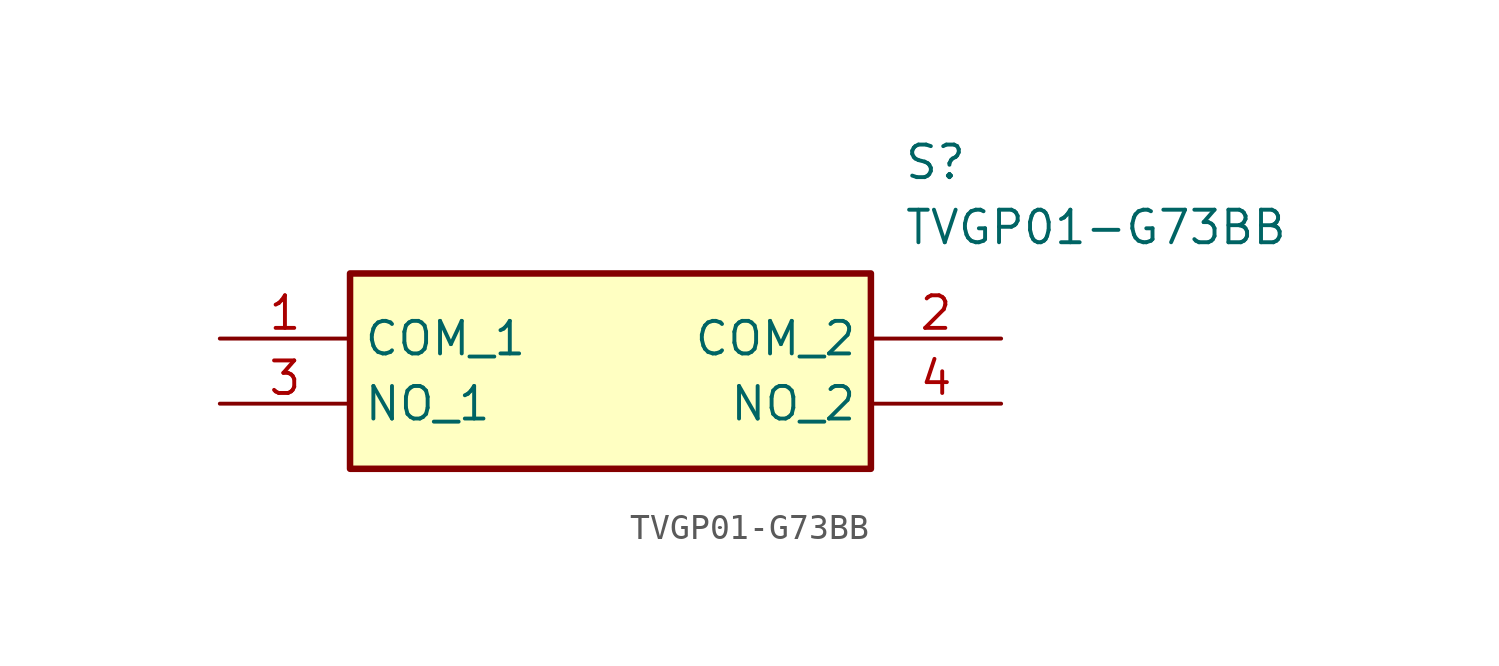
<source format=kicad_sym>
(kicad_symbol_lib
  (version 20211014)
  (generator SamacSys_ECAD_Model)
  (symbol "TVGP01-G73BB"
    (property "Reference" "S"
      (at 26.67 7.62 0)
      (effects (font (size 1.27 1.27)) (justify left top)))
    (property "Value" "TVGP01-G73BB"
      (at 26.67 5.08 0)
      (effects (font (size 1.27 1.27)) (justify left top)))
    (rectangle
      (start 5.08 2.54)
      (end 25.4 -5.08)
      (stroke (width 0.254) (type default))
      (fill (type background)))
    (pin passive line
      (at 0 0 0)
      (length 5.08)
      (name "COM_1" (effects (font (size 1.27 1.27))))
      (number "1" (effects (font (size 1.27 1.27)))))
    (pin passive line
      (at 30.48 0 180)
      (length 5.08)
      (name "COM_2" (effects (font (size 1.27 1.27))))
      (number "2" (effects (font (size 1.27 1.27)))))
    (pin passive line
      (at 0 -2.54 0)
      (length 5.08)
      (name "NO_1" (effects (font (size 1.27 1.27))))
      (number "3" (effects (font (size 1.27 1.27)))))
    (pin passive line
      (at 30.48 -2.54 180)
      (length 5.08)
      (name "NO_2" (effects (font (size 1.27 1.27))))
      (number "4" (effects (font (size 1.27 1.27)))))))
</source>
